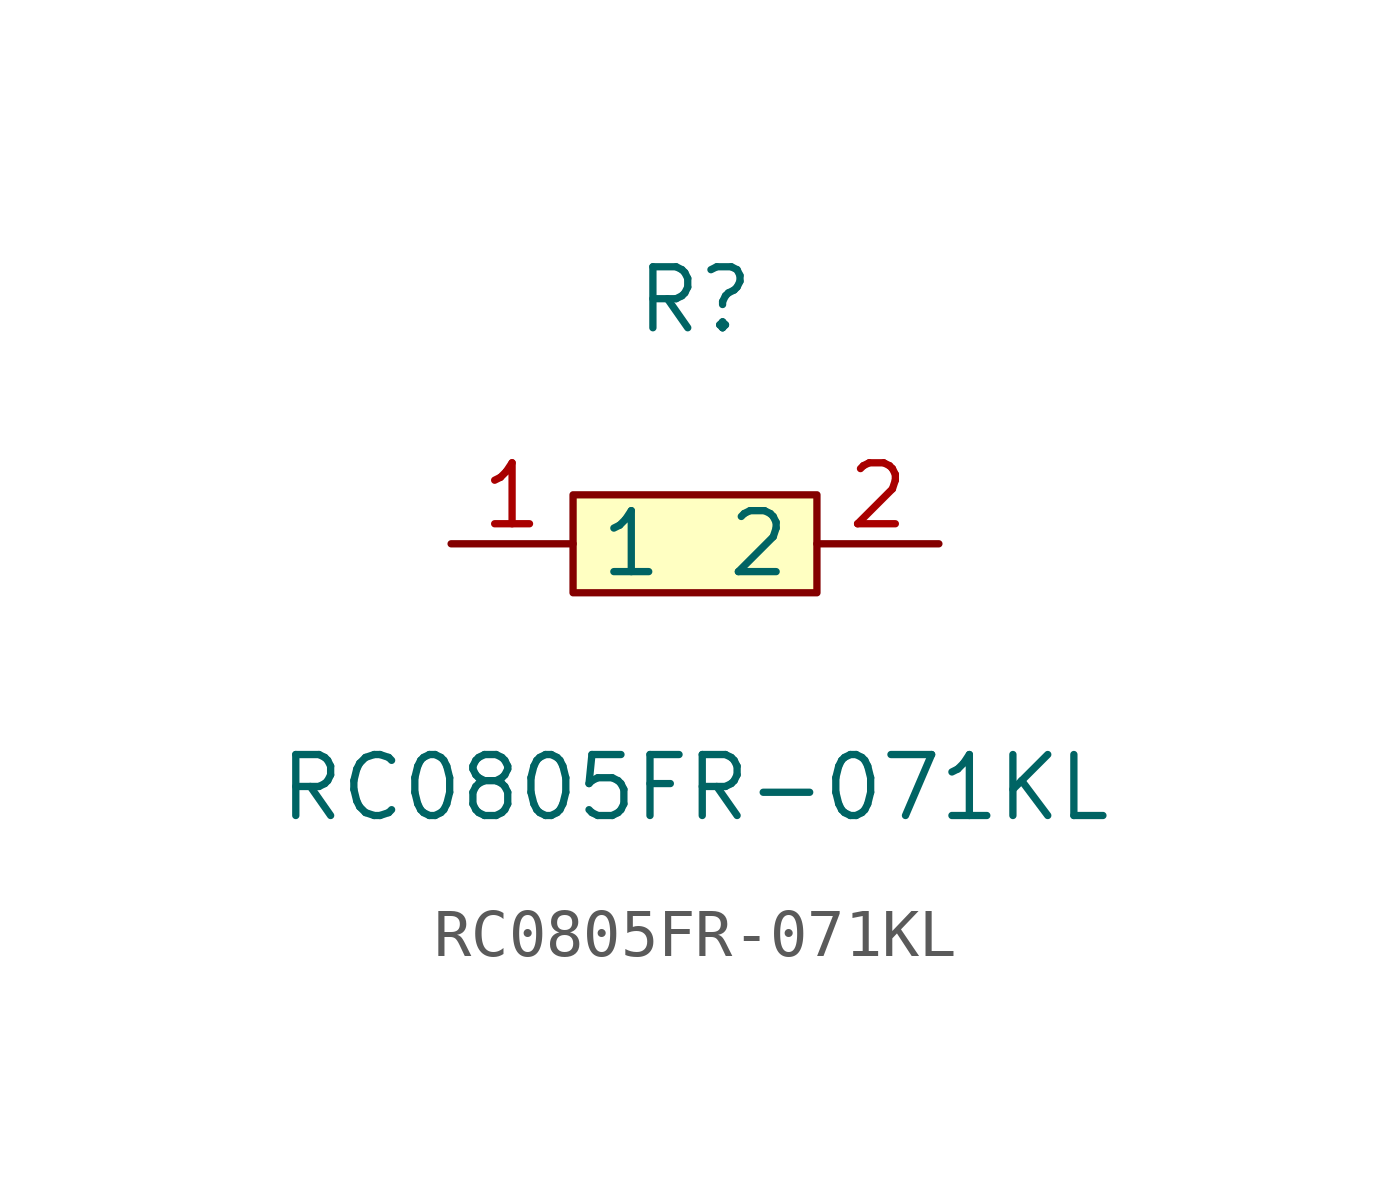
<source format=kicad_sym>
(kicad_symbol_lib
  (version 1)
  (generator "faebryk")
  (symbol "RC0805FR-071KL"
    (property "Reference" "R"
      (at 0 5.08 0)
      (effects (font (size 1.27 1.27)) (hide no)))
    (property "Value" "RC0805FR-071KL"
      (at 0 -5.08 0)
      (effects (font (size 1.27 1.27)) (hide no)))
    (symbol "RC0805FR-071KL_0_1"
      (rectangle (start -2.54 1.02) (end 2.54 -1.02) (stroke (width 0) (type default) (color 0 0 0 0)) (fill (type background)))
      (pin input line (at 5.08 0 180) (length 2.54) (name "2" (effects (font (size 1.27 1.27)) (hide no))) (number "2" (effects (font (size 1.27 1.27)) (hide no))))
      (pin input line (at -5.08 0 0) (length 2.54) (name "1" (effects (font (size 1.27 1.27)) (hide no))) (number "1" (effects (font (size 1.27 1.27)) (hide no)))))))
</source>
